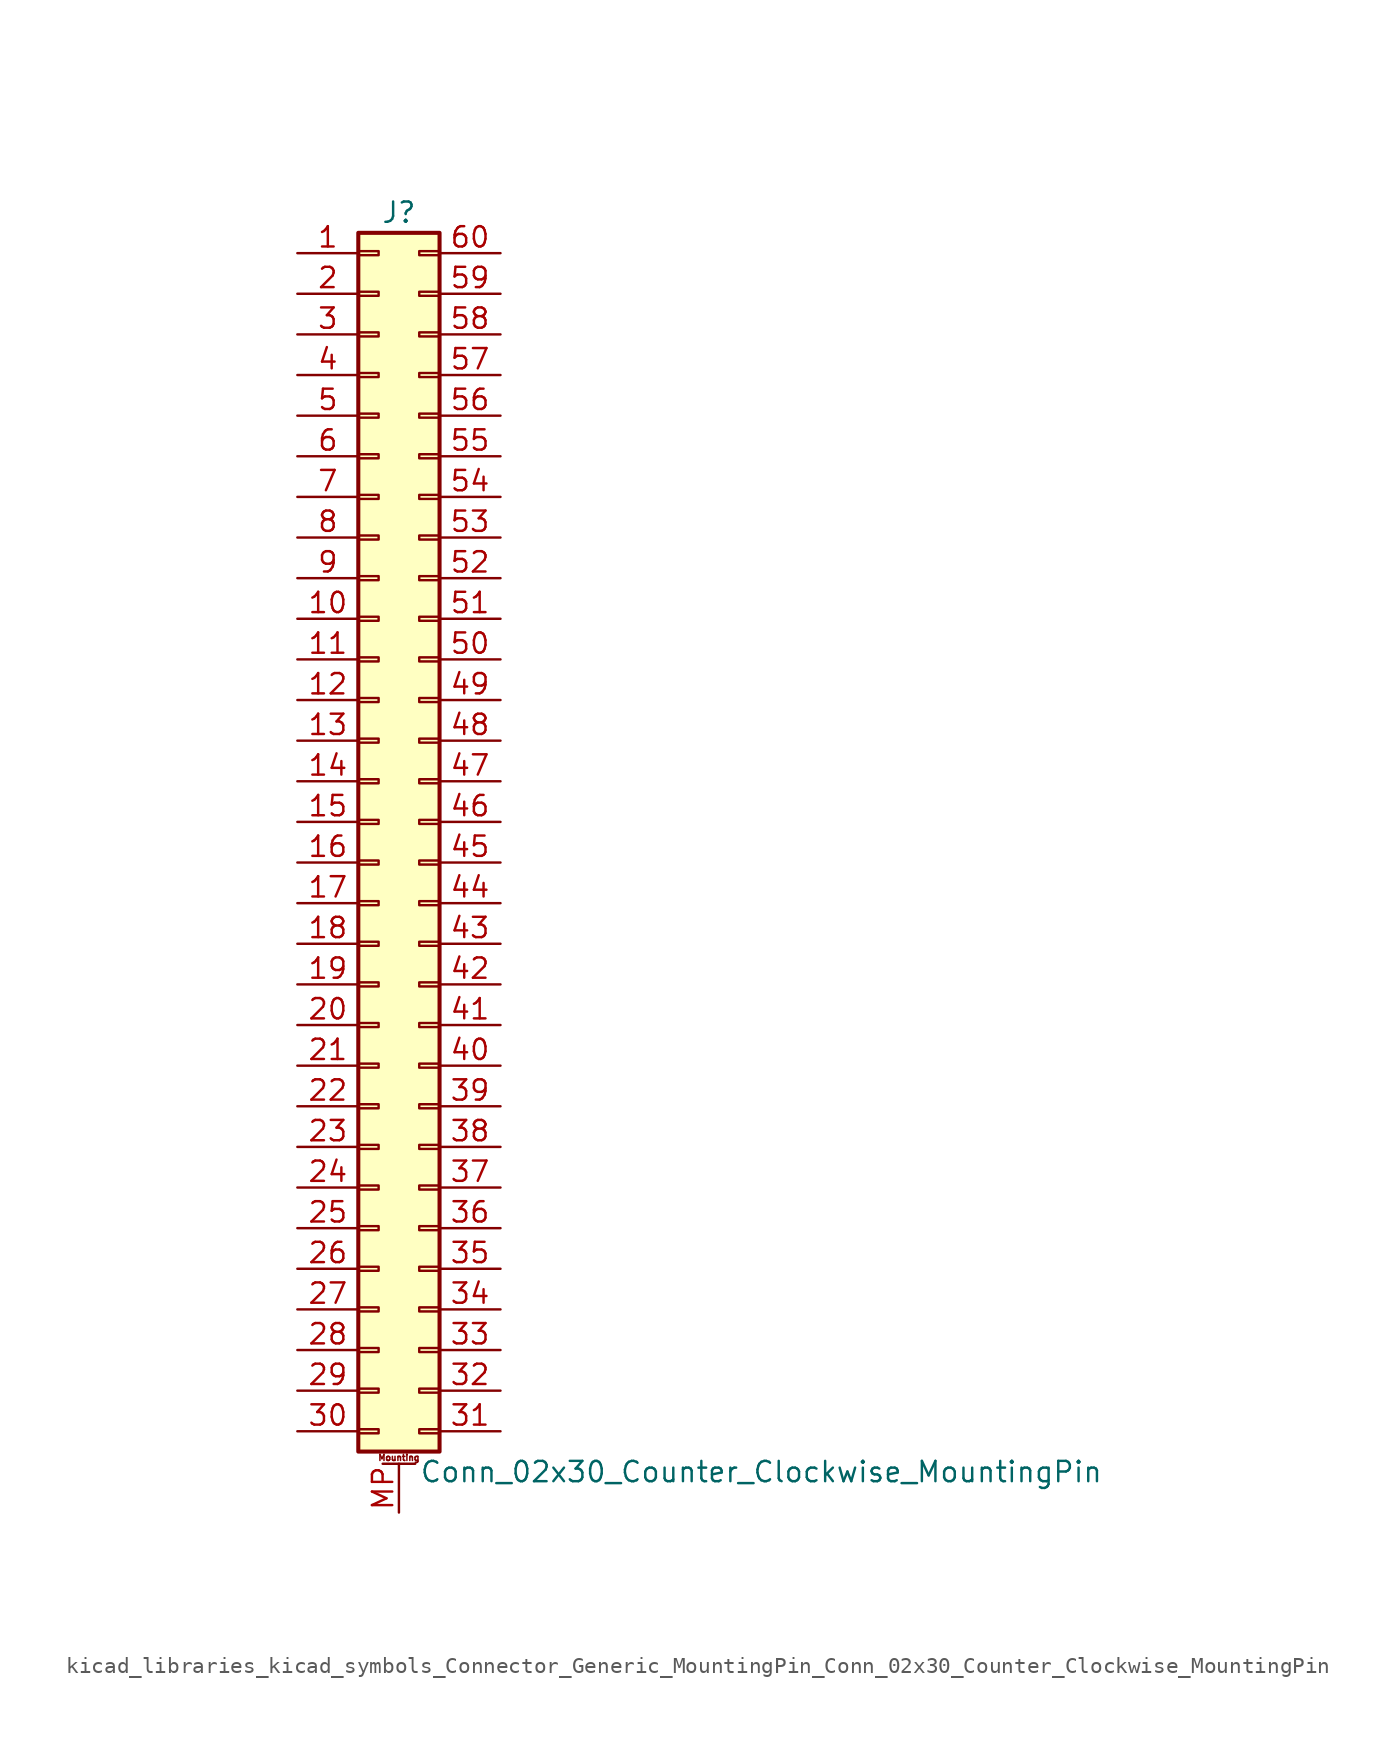
<source format=kicad_sym>
(kicad_symbol_lib
  (version 20220914)
  (generator kicad_symbol_editor)
  (symbol "kicad_libraries_kicad_symbols_Connector_Generic_MountingPin_Conn_02x30_Counter_Clockwise_MountingPin"
    (pin_names
      (offset 1.016) hide)
    (property "Reference" "J"
      (at 1.27 38.1 0)
      (effects (font (size 1.27 1.27))))
    (property "Value" "Conn_02x30_Counter_Clockwise_MountingPin"
      (at 2.54 -40.64 0)
      (effects (font (size 1.27 1.27)) (justify left)))
    (symbol "kicad_libraries_kicad_symbols_Connector_Generic_MountingPin_Conn_02x30_Counter_Clockwise_MountingPin_1_1"
      (rectangle (start -1.27 -37.973) (end 0 -38.227) (stroke (width 0.152) (type default)) (fill (type none)))
      (rectangle (start -1.27 -35.433) (end 0 -35.687) (stroke (width 0.152) (type default)) (fill (type none)))
      (rectangle (start -1.27 -32.893) (end 0 -33.147) (stroke (width 0.152) (type default)) (fill (type none)))
      (rectangle (start -1.27 -30.353) (end 0 -30.607) (stroke (width 0.152) (type default)) (fill (type none)))
      (rectangle (start -1.27 -27.813) (end 0 -28.067) (stroke (width 0.152) (type default)) (fill (type none)))
      (rectangle (start -1.27 -25.273) (end 0 -25.527) (stroke (width 0.152) (type default)) (fill (type none)))
      (rectangle (start -1.27 -22.733) (end 0 -22.987) (stroke (width 0.152) (type default)) (fill (type none)))
      (rectangle (start -1.27 -20.193) (end 0 -20.447) (stroke (width 0.152) (type default)) (fill (type none)))
      (rectangle (start -1.27 -17.653) (end 0 -17.907) (stroke (width 0.152) (type default)) (fill (type none)))
      (rectangle (start -1.27 -15.113) (end 0 -15.367) (stroke (width 0.152) (type default)) (fill (type none)))
      (rectangle (start -1.27 -12.573) (end 0 -12.827) (stroke (width 0.152) (type default)) (fill (type none)))
      (rectangle (start -1.27 -10.033) (end 0 -10.287) (stroke (width 0.152) (type default)) (fill (type none)))
      (rectangle (start -1.27 -7.493) (end 0 -7.747) (stroke (width 0.152) (type default)) (fill (type none)))
      (rectangle (start -1.27 -4.953) (end 0 -5.207) (stroke (width 0.152) (type default)) (fill (type none)))
      (rectangle (start -1.27 -2.413) (end 0 -2.667) (stroke (width 0.152) (type default)) (fill (type none)))
      (rectangle (start -1.27 0.127) (end 0 -0.127) (stroke (width 0.152) (type default)) (fill (type none)))
      (rectangle (start -1.27 2.667) (end 0 2.413) (stroke (width 0.152) (type default)) (fill (type none)))
      (rectangle (start -1.27 5.207) (end 0 4.953) (stroke (width 0.152) (type default)) (fill (type none)))
      (rectangle (start -1.27 7.747) (end 0 7.493) (stroke (width 0.152) (type default)) (fill (type none)))
      (rectangle (start -1.27 10.287) (end 0 10.033) (stroke (width 0.152) (type default)) (fill (type none)))
      (rectangle (start -1.27 12.827) (end 0 12.573) (stroke (width 0.152) (type default)) (fill (type none)))
      (rectangle (start -1.27 15.367) (end 0 15.113) (stroke (width 0.152) (type default)) (fill (type none)))
      (rectangle (start -1.27 17.907) (end 0 17.653) (stroke (width 0.152) (type default)) (fill (type none)))
      (rectangle (start -1.27 20.447) (end 0 20.193) (stroke (width 0.152) (type default)) (fill (type none)))
      (rectangle (start -1.27 22.987) (end 0 22.733) (stroke (width 0.152) (type default)) (fill (type none)))
      (rectangle (start -1.27 25.527) (end 0 25.273) (stroke (width 0.152) (type default)) (fill (type none)))
      (rectangle (start -1.27 28.067) (end 0 27.813) (stroke (width 0.152) (type default)) (fill (type none)))
      (rectangle (start -1.27 30.607) (end 0 30.353) (stroke (width 0.152) (type default)) (fill (type none)))
      (rectangle (start -1.27 33.147) (end 0 32.893) (stroke (width 0.152) (type default)) (fill (type none)))
      (rectangle (start -1.27 35.687) (end 0 35.433) (stroke (width 0.152) (type default)) (fill (type none)))
      (rectangle (start -1.27 36.83) (end 3.81 -39.37) (stroke (width 0.254) (type default)) (fill (type background)))
      (polyline (pts (xy 0.254 -40.132) (xy 2.286 -40.132)) (stroke (width 0.152) (type default)) (fill (type none)))
      (rectangle (start 3.81 -37.973) (end 2.54 -38.227) (stroke (width 0.152) (type default)) (fill (type none)))
      (rectangle (start 3.81 -35.433) (end 2.54 -35.687) (stroke (width 0.152) (type default)) (fill (type none)))
      (rectangle (start 3.81 -32.893) (end 2.54 -33.147) (stroke (width 0.152) (type default)) (fill (type none)))
      (rectangle (start 3.81 -30.353) (end 2.54 -30.607) (stroke (width 0.152) (type default)) (fill (type none)))
      (rectangle (start 3.81 -27.813) (end 2.54 -28.067) (stroke (width 0.152) (type default)) (fill (type none)))
      (rectangle (start 3.81 -25.273) (end 2.54 -25.527) (stroke (width 0.152) (type default)) (fill (type none)))
      (rectangle (start 3.81 -22.733) (end 2.54 -22.987) (stroke (width 0.152) (type default)) (fill (type none)))
      (rectangle (start 3.81 -20.193) (end 2.54 -20.447) (stroke (width 0.152) (type default)) (fill (type none)))
      (rectangle (start 3.81 -17.653) (end 2.54 -17.907) (stroke (width 0.152) (type default)) (fill (type none)))
      (rectangle (start 3.81 -15.113) (end 2.54 -15.367) (stroke (width 0.152) (type default)) (fill (type none)))
      (rectangle (start 3.81 -12.573) (end 2.54 -12.827) (stroke (width 0.152) (type default)) (fill (type none)))
      (rectangle (start 3.81 -10.033) (end 2.54 -10.287) (stroke (width 0.152) (type default)) (fill (type none)))
      (rectangle (start 3.81 -7.493) (end 2.54 -7.747) (stroke (width 0.152) (type default)) (fill (type none)))
      (rectangle (start 3.81 -4.953) (end 2.54 -5.207) (stroke (width 0.152) (type default)) (fill (type none)))
      (rectangle (start 3.81 -2.413) (end 2.54 -2.667) (stroke (width 0.152) (type default)) (fill (type none)))
      (rectangle (start 3.81 0.127) (end 2.54 -0.127) (stroke (width 0.152) (type default)) (fill (type none)))
      (rectangle (start 3.81 2.667) (end 2.54 2.413) (stroke (width 0.152) (type default)) (fill (type none)))
      (rectangle (start 3.81 5.207) (end 2.54 4.953) (stroke (width 0.152) (type default)) (fill (type none)))
      (rectangle (start 3.81 7.747) (end 2.54 7.493) (stroke (width 0.152) (type default)) (fill (type none)))
      (rectangle (start 3.81 10.287) (end 2.54 10.033) (stroke (width 0.152) (type default)) (fill (type none)))
      (rectangle (start 3.81 12.827) (end 2.54 12.573) (stroke (width 0.152) (type default)) (fill (type none)))
      (rectangle (start 3.81 15.367) (end 2.54 15.113) (stroke (width 0.152) (type default)) (fill (type none)))
      (rectangle (start 3.81 17.907) (end 2.54 17.653) (stroke (width 0.152) (type default)) (fill (type none)))
      (rectangle (start 3.81 20.447) (end 2.54 20.193) (stroke (width 0.152) (type default)) (fill (type none)))
      (rectangle (start 3.81 22.987) (end 2.54 22.733) (stroke (width 0.152) (type default)) (fill (type none)))
      (rectangle (start 3.81 25.527) (end 2.54 25.273) (stroke (width 0.152) (type default)) (fill (type none)))
      (rectangle (start 3.81 28.067) (end 2.54 27.813) (stroke (width 0.152) (type default)) (fill (type none)))
      (rectangle (start 3.81 30.607) (end 2.54 30.353) (stroke (width 0.152) (type default)) (fill (type none)))
      (rectangle (start 3.81 33.147) (end 2.54 32.893) (stroke (width 0.152) (type default)) (fill (type none)))
      (rectangle (start 3.81 35.687) (end 2.54 35.433) (stroke (width 0.152) (type default)) (fill (type none)))
      (text "Mounting" (at 1.27 -39.751 0) (effects (font (size 0.381 0.381))))
      (pin passive line (at -5.08 35.56 0) (length 3.81) (name "Pin_1" (effects (font (size 1.27 1.27)))) (number "1" (effects (font (size 1.27 1.27)))))
      (pin passive line (at -5.08 12.7 0) (length 3.81) (name "Pin_10" (effects (font (size 1.27 1.27)))) (number "10" (effects (font (size 1.27 1.27)))))
      (pin passive line (at -5.08 10.16 0) (length 3.81) (name "Pin_11" (effects (font (size 1.27 1.27)))) (number "11" (effects (font (size 1.27 1.27)))))
      (pin passive line (at -5.08 7.62 0) (length 3.81) (name "Pin_12" (effects (font (size 1.27 1.27)))) (number "12" (effects (font (size 1.27 1.27)))))
      (pin passive line (at -5.08 5.08 0) (length 3.81) (name "Pin_13" (effects (font (size 1.27 1.27)))) (number "13" (effects (font (size 1.27 1.27)))))
      (pin passive line (at -5.08 2.54 0) (length 3.81) (name "Pin_14" (effects (font (size 1.27 1.27)))) (number "14" (effects (font (size 1.27 1.27)))))
      (pin passive line (at -5.08 0 0) (length 3.81) (name "Pin_15" (effects (font (size 1.27 1.27)))) (number "15" (effects (font (size 1.27 1.27)))))
      (pin passive line (at -5.08 -2.54 0) (length 3.81) (name "Pin_16" (effects (font (size 1.27 1.27)))) (number "16" (effects (font (size 1.27 1.27)))))
      (pin passive line (at -5.08 -5.08 0) (length 3.81) (name "Pin_17" (effects (font (size 1.27 1.27)))) (number "17" (effects (font (size 1.27 1.27)))))
      (pin passive line (at -5.08 -7.62 0) (length 3.81) (name "Pin_18" (effects (font (size 1.27 1.27)))) (number "18" (effects (font (size 1.27 1.27)))))
      (pin passive line (at -5.08 -10.16 0) (length 3.81) (name "Pin_19" (effects (font (size 1.27 1.27)))) (number "19" (effects (font (size 1.27 1.27)))))
      (pin passive line (at -5.08 33.02 0) (length 3.81) (name "Pin_2" (effects (font (size 1.27 1.27)))) (number "2" (effects (font (size 1.27 1.27)))))
      (pin passive line (at -5.08 -12.7 0) (length 3.81) (name "Pin_20" (effects (font (size 1.27 1.27)))) (number "20" (effects (font (size 1.27 1.27)))))
      (pin passive line (at -5.08 -15.24 0) (length 3.81) (name "Pin_21" (effects (font (size 1.27 1.27)))) (number "21" (effects (font (size 1.27 1.27)))))
      (pin passive line (at -5.08 -17.78 0) (length 3.81) (name "Pin_22" (effects (font (size 1.27 1.27)))) (number "22" (effects (font (size 1.27 1.27)))))
      (pin passive line (at -5.08 -20.32 0) (length 3.81) (name "Pin_23" (effects (font (size 1.27 1.27)))) (number "23" (effects (font (size 1.27 1.27)))))
      (pin passive line (at -5.08 -22.86 0) (length 3.81) (name "Pin_24" (effects (font (size 1.27 1.27)))) (number "24" (effects (font (size 1.27 1.27)))))
      (pin passive line (at -5.08 -25.4 0) (length 3.81) (name "Pin_25" (effects (font (size 1.27 1.27)))) (number "25" (effects (font (size 1.27 1.27)))))
      (pin passive line (at -5.08 -27.94 0) (length 3.81) (name "Pin_26" (effects (font (size 1.27 1.27)))) (number "26" (effects (font (size 1.27 1.27)))))
      (pin passive line (at -5.08 -30.48 0) (length 3.81) (name "Pin_27" (effects (font (size 1.27 1.27)))) (number "27" (effects (font (size 1.27 1.27)))))
      (pin passive line (at -5.08 -33.02 0) (length 3.81) (name "Pin_28" (effects (font (size 1.27 1.27)))) (number "28" (effects (font (size 1.27 1.27)))))
      (pin passive line (at -5.08 -35.56 0) (length 3.81) (name "Pin_29" (effects (font (size 1.27 1.27)))) (number "29" (effects (font (size 1.27 1.27)))))
      (pin passive line (at -5.08 30.48 0) (length 3.81) (name "Pin_3" (effects (font (size 1.27 1.27)))) (number "3" (effects (font (size 1.27 1.27)))))
      (pin passive line (at -5.08 -38.1 0) (length 3.81) (name "Pin_30" (effects (font (size 1.27 1.27)))) (number "30" (effects (font (size 1.27 1.27)))))
      (pin passive line (at 7.62 -38.1 180) (length 3.81) (name "Pin_31" (effects (font (size 1.27 1.27)))) (number "31" (effects (font (size 1.27 1.27)))))
      (pin passive line (at 7.62 -35.56 180) (length 3.81) (name "Pin_32" (effects (font (size 1.27 1.27)))) (number "32" (effects (font (size 1.27 1.27)))))
      (pin passive line (at 7.62 -33.02 180) (length 3.81) (name "Pin_33" (effects (font (size 1.27 1.27)))) (number "33" (effects (font (size 1.27 1.27)))))
      (pin passive line (at 7.62 -30.48 180) (length 3.81) (name "Pin_34" (effects (font (size 1.27 1.27)))) (number "34" (effects (font (size 1.27 1.27)))))
      (pin passive line (at 7.62 -27.94 180) (length 3.81) (name "Pin_35" (effects (font (size 1.27 1.27)))) (number "35" (effects (font (size 1.27 1.27)))))
      (pin passive line (at 7.62 -25.4 180) (length 3.81) (name "Pin_36" (effects (font (size 1.27 1.27)))) (number "36" (effects (font (size 1.27 1.27)))))
      (pin passive line (at 7.62 -22.86 180) (length 3.81) (name "Pin_37" (effects (font (size 1.27 1.27)))) (number "37" (effects (font (size 1.27 1.27)))))
      (pin passive line (at 7.62 -20.32 180) (length 3.81) (name "Pin_38" (effects (font (size 1.27 1.27)))) (number "38" (effects (font (size 1.27 1.27)))))
      (pin passive line (at 7.62 -17.78 180) (length 3.81) (name "Pin_39" (effects (font (size 1.27 1.27)))) (number "39" (effects (font (size 1.27 1.27)))))
      (pin passive line (at -5.08 27.94 0) (length 3.81) (name "Pin_4" (effects (font (size 1.27 1.27)))) (number "4" (effects (font (size 1.27 1.27)))))
      (pin passive line (at 7.62 -15.24 180) (length 3.81) (name "Pin_40" (effects (font (size 1.27 1.27)))) (number "40" (effects (font (size 1.27 1.27)))))
      (pin passive line (at 7.62 -12.7 180) (length 3.81) (name "Pin_41" (effects (font (size 1.27 1.27)))) (number "41" (effects (font (size 1.27 1.27)))))
      (pin passive line (at 7.62 -10.16 180) (length 3.81) (name "Pin_42" (effects (font (size 1.27 1.27)))) (number "42" (effects (font (size 1.27 1.27)))))
      (pin passive line (at 7.62 -7.62 180) (length 3.81) (name "Pin_43" (effects (font (size 1.27 1.27)))) (number "43" (effects (font (size 1.27 1.27)))))
      (pin passive line (at 7.62 -5.08 180) (length 3.81) (name "Pin_44" (effects (font (size 1.27 1.27)))) (number "44" (effects (font (size 1.27 1.27)))))
      (pin passive line (at 7.62 -2.54 180) (length 3.81) (name "Pin_45" (effects (font (size 1.27 1.27)))) (number "45" (effects (font (size 1.27 1.27)))))
      (pin passive line (at 7.62 0 180) (length 3.81) (name "Pin_46" (effects (font (size 1.27 1.27)))) (number "46" (effects (font (size 1.27 1.27)))))
      (pin passive line (at 7.62 2.54 180) (length 3.81) (name "Pin_47" (effects (font (size 1.27 1.27)))) (number "47" (effects (font (size 1.27 1.27)))))
      (pin passive line (at 7.62 5.08 180) (length 3.81) (name "Pin_48" (effects (font (size 1.27 1.27)))) (number "48" (effects (font (size 1.27 1.27)))))
      (pin passive line (at 7.62 7.62 180) (length 3.81) (name "Pin_49" (effects (font (size 1.27 1.27)))) (number "49" (effects (font (size 1.27 1.27)))))
      (pin passive line (at -5.08 25.4 0) (length 3.81) (name "Pin_5" (effects (font (size 1.27 1.27)))) (number "5" (effects (font (size 1.27 1.27)))))
      (pin passive line (at 7.62 10.16 180) (length 3.81) (name "Pin_50" (effects (font (size 1.27 1.27)))) (number "50" (effects (font (size 1.27 1.27)))))
      (pin passive line (at 7.62 12.7 180) (length 3.81) (name "Pin_51" (effects (font (size 1.27 1.27)))) (number "51" (effects (font (size 1.27 1.27)))))
      (pin passive line (at 7.62 15.24 180) (length 3.81) (name "Pin_52" (effects (font (size 1.27 1.27)))) (number "52" (effects (font (size 1.27 1.27)))))
      (pin passive line (at 7.62 17.78 180) (length 3.81) (name "Pin_53" (effects (font (size 1.27 1.27)))) (number "53" (effects (font (size 1.27 1.27)))))
      (pin passive line (at 7.62 20.32 180) (length 3.81) (name "Pin_54" (effects (font (size 1.27 1.27)))) (number "54" (effects (font (size 1.27 1.27)))))
      (pin passive line (at 7.62 22.86 180) (length 3.81) (name "Pin_55" (effects (font (size 1.27 1.27)))) (number "55" (effects (font (size 1.27 1.27)))))
      (pin passive line (at 7.62 25.4 180) (length 3.81) (name "Pin_56" (effects (font (size 1.27 1.27)))) (number "56" (effects (font (size 1.27 1.27)))))
      (pin passive line (at 7.62 27.94 180) (length 3.81) (name "Pin_57" (effects (font (size 1.27 1.27)))) (number "57" (effects (font (size 1.27 1.27)))))
      (pin passive line (at 7.62 30.48 180) (length 3.81) (name "Pin_58" (effects (font (size 1.27 1.27)))) (number "58" (effects (font (size 1.27 1.27)))))
      (pin passive line (at 7.62 33.02 180) (length 3.81) (name "Pin_59" (effects (font (size 1.27 1.27)))) (number "59" (effects (font (size 1.27 1.27)))))
      (pin passive line (at -5.08 22.86 0) (length 3.81) (name "Pin_6" (effects (font (size 1.27 1.27)))) (number "6" (effects (font (size 1.27 1.27)))))
      (pin passive line (at 7.62 35.56 180) (length 3.81) (name "Pin_60" (effects (font (size 1.27 1.27)))) (number "60" (effects (font (size 1.27 1.27)))))
      (pin passive line (at -5.08 20.32 0) (length 3.81) (name "Pin_7" (effects (font (size 1.27 1.27)))) (number "7" (effects (font (size 1.27 1.27)))))
      (pin passive line (at -5.08 17.78 0) (length 3.81) (name "Pin_8" (effects (font (size 1.27 1.27)))) (number "8" (effects (font (size 1.27 1.27)))))
      (pin passive line (at -5.08 15.24 0) (length 3.81) (name "Pin_9" (effects (font (size 1.27 1.27)))) (number "9" (effects (font (size 1.27 1.27)))))
      (pin passive line (at 1.27 -43.18 90) (length 3.048) (name "MountPin" (effects (font (size 1.27 1.27)))) (number "MP" (effects (font (size 1.27 1.27))))))))
</source>
